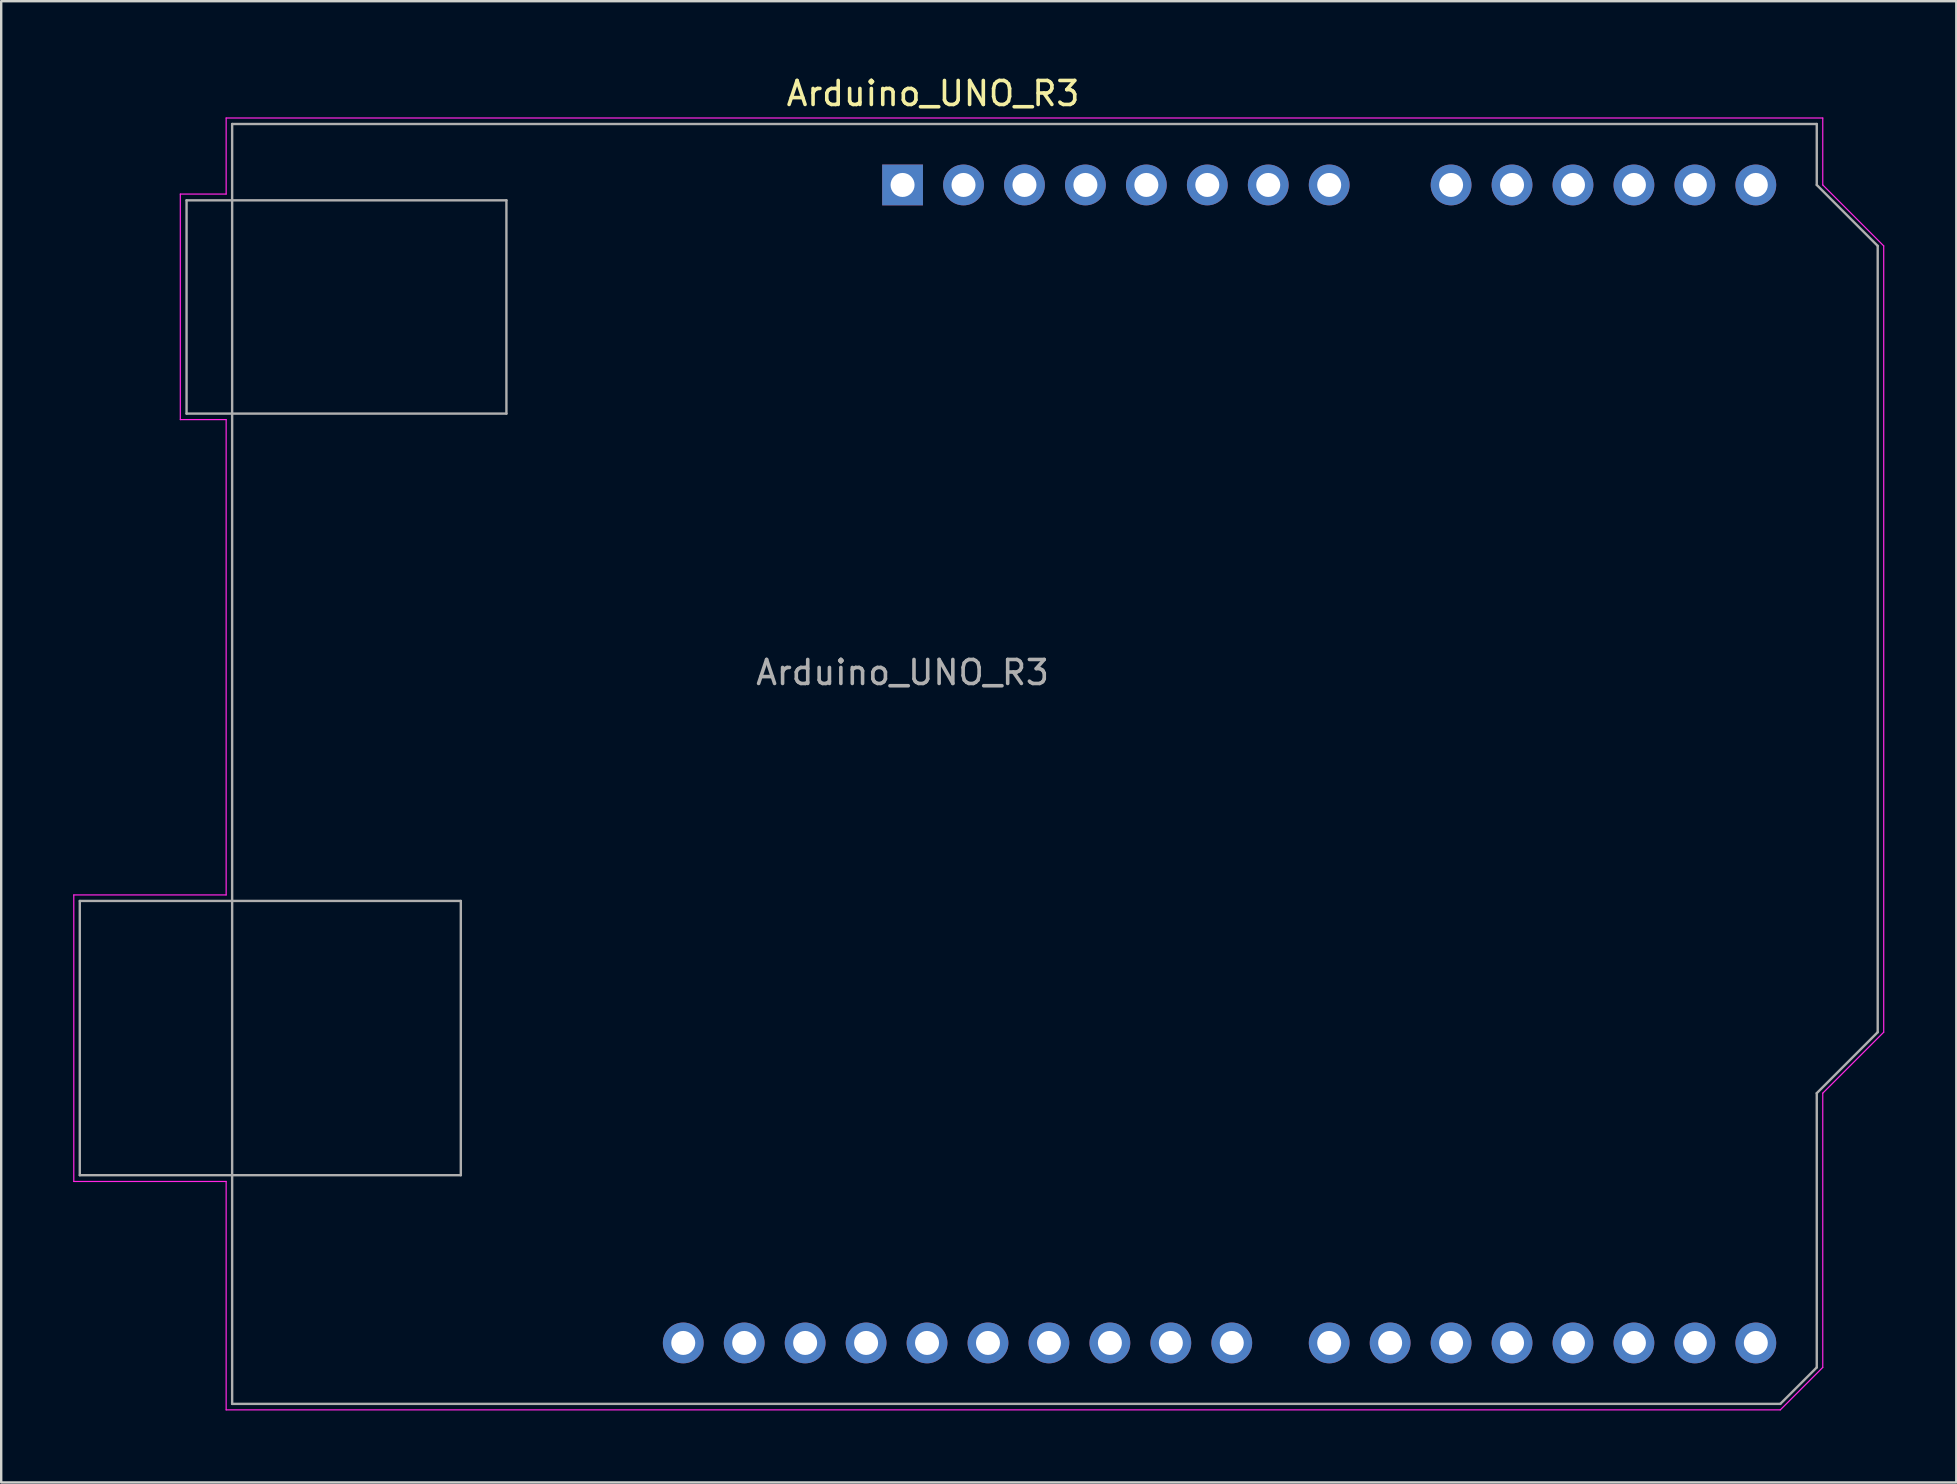
<source format=kicad_pcb>
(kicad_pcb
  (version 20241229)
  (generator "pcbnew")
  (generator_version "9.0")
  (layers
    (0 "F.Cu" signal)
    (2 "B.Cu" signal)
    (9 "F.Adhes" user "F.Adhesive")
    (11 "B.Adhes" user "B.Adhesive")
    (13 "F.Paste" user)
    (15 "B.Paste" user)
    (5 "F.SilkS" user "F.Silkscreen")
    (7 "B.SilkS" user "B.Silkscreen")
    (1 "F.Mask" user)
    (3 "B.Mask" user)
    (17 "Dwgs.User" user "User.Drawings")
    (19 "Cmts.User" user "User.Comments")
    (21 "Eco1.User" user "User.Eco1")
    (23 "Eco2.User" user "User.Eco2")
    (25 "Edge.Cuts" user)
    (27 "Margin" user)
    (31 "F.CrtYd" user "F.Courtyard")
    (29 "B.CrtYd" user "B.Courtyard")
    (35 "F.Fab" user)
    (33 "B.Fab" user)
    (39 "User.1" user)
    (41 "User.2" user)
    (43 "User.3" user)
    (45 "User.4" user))
  (footprint "Arduino_UNO_R3"
    (layer "F.Cu")
    (at 34.565 4.658)
    (property "Reference" "Arduino_UNO_R3" (at 1.27 -3.81 180) (layer "F.SilkS") (effects (font (size 1 1) (thickness 0.15))))
    (attr through_hole)
    (fp_line (start -34.54 29.59) (end -28.19 29.59) (stroke (width 0.05) (type solid)) (layer "F.CrtYd"))
    (fp_line (start -34.54 41.53) (end -34.54 29.59) (stroke (width 0.05) (type solid)) (layer "F.CrtYd"))
    (fp_line (start -30.1 0.38) (end -28.19 0.38) (stroke (width 0.05) (type solid)) (layer "F.CrtYd"))
    (fp_line (start -30.1 9.78) (end -30.1 0.38) (stroke (width 0.05) (type solid)) (layer "F.CrtYd"))
    (fp_line (start -28.19 -2.79) (end 38.35 -2.79) (stroke (width 0.05) (type solid)) (layer "F.CrtYd"))
    (fp_line (start -28.19 0.38) (end -28.19 -2.79) (stroke (width 0.05) (type solid)) (layer "F.CrtYd"))
    (fp_line (start -28.19 9.78) (end -30.1 9.78) (stroke (width 0.05) (type solid)) (layer "F.CrtYd"))
    (fp_line (start -28.19 29.59) (end -28.19 9.78) (stroke (width 0.05) (type solid)) (layer "F.CrtYd"))
    (fp_line (start -28.19 41.53) (end -34.54 41.53) (stroke (width 0.05) (type solid)) (layer "F.CrtYd"))
    (fp_line (start -28.19 51.05) (end -28.19 41.53) (stroke (width 0.05) (type solid)) (layer "F.CrtYd"))
    (fp_line (start 36.58 51.05) (end -28.19 51.05) (stroke (width 0.05) (type solid)) (layer "F.CrtYd"))
    (fp_line (start 38.35 -2.79) (end 38.35 0) (stroke (width 0.05) (type solid)) (layer "F.CrtYd"))
    (fp_line (start 38.35 0) (end 40.89 2.54) (stroke (width 0.05) (type solid)) (layer "F.CrtYd"))
    (fp_line (start 38.35 37.85) (end 38.35 49.28) (stroke (width 0.05) (type solid)) (layer "F.CrtYd"))
    (fp_line (start 38.35 49.28) (end 36.58 51.05) (stroke (width 0.05) (type solid)) (layer "F.CrtYd"))
    (fp_line (start 40.89 2.54) (end 40.89 35.31) (stroke (width 0.05) (type solid)) (layer "F.CrtYd"))
    (fp_line (start 40.89 35.31) (end 38.35 37.85) (stroke (width 0.05) (type solid)) (layer "F.CrtYd"))
    (fp_line (start -34.29 29.84) (end -18.41 29.84) (stroke (width 0.1) (type solid)) (layer "F.Fab"))
    (fp_line (start -34.29 41.27) (end -34.29 29.84) (stroke (width 0.1) (type solid)) (layer "F.Fab"))
    (fp_line (start -29.84 0.64) (end -16.51 0.64) (stroke (width 0.1) (type solid)) (layer "F.Fab"))
    (fp_line (start -29.84 9.53) (end -29.84 0.64) (stroke (width 0.1) (type solid)) (layer "F.Fab"))
    (fp_line (start -27.94 -2.54) (end 38.1 -2.54) (stroke (width 0.1) (type solid)) (layer "F.Fab"))
    (fp_line (start -27.94 50.8) (end -27.94 -2.54) (stroke (width 0.1) (type solid)) (layer "F.Fab"))
    (fp_line (start -18.41 29.84) (end -18.41 41.27) (stroke (width 0.1) (type solid)) (layer "F.Fab"))
    (fp_line (start -18.41 41.27) (end -34.29 41.27) (stroke (width 0.1) (type solid)) (layer "F.Fab"))
    (fp_line (start -16.51 0.64) (end -16.51 9.53) (stroke (width 0.1) (type solid)) (layer "F.Fab"))
    (fp_line (start -16.51 9.53) (end -29.84 9.53) (stroke (width 0.1) (type solid)) (layer "F.Fab"))
    (fp_line (start 36.58 50.8) (end -27.94 50.8) (stroke (width 0.1) (type solid)) (layer "F.Fab"))
    (fp_line (start 38.1 -2.54) (end 38.1 0) (stroke (width 0.1) (type solid)) (layer "F.Fab"))
    (fp_line (start 38.1 0) (end 40.64 2.54) (stroke (width 0.1) (type solid)) (layer "F.Fab"))
    (fp_line (start 38.1 37.85) (end 38.1 49.28) (stroke (width 0.1) (type solid)) (layer "F.Fab"))
    (fp_line (start 38.1 49.28) (end 36.58 50.8) (stroke (width 0.1) (type solid)) (layer "F.Fab"))
    (fp_line (start 40.64 2.54) (end 40.64 35.31) (stroke (width 0.1) (type solid)) (layer "F.Fab"))
    (fp_line (start 40.64 35.31) (end 38.1 37.85) (stroke (width 0.1) (type solid)) (layer "F.Fab"))
    (fp_text user "${REFERENCE}" (at 0 20.32 180) (layer "F.Fab") (effects (font (size 1 1) (thickness 0.15))))
    (pad "1" thru_hole rect (at 0 0 90) (size 1.7 1.7) (drill 1) (layers "*.Cu" "*.Mask"))
    (pad "2" thru_hole oval (at 2.54 0 90) (size 1.7 1.7) (drill 1) (layers "*.Cu" "*.Mask"))
    (pad "3" thru_hole oval (at 5.08 0 90) (size 1.7 1.7) (drill 1) (layers "*.Cu" "*.Mask"))
    (pad "4" thru_hole oval (at 7.62 0 90) (size 1.7 1.7) (drill 1) (layers "*.Cu" "*.Mask"))
    (pad "5" thru_hole oval (at 10.16 0 90) (size 1.7 1.7) (drill 1) (layers "*.Cu" "*.Mask"))
    (pad "6" thru_hole oval (at 12.7 0 90) (size 1.7 1.7) (drill 1) (layers "*.Cu" "*.Mask"))
    (pad "7" thru_hole oval (at 15.24 0 90) (size 1.7 1.7) (drill 1) (layers "*.Cu" "*.Mask"))
    (pad "8" thru_hole oval (at 17.78 0 90) (size 1.7 1.7) (drill 1) (layers "*.Cu" "*.Mask"))
    (pad "9" thru_hole oval (at 22.86 0 90) (size 1.7 1.7) (drill 1) (layers "*.Cu" "*.Mask"))
    (pad "10" thru_hole oval (at 25.4 0 90) (size 1.7 1.7) (drill 1) (layers "*.Cu" "*.Mask"))
    (pad "11" thru_hole oval (at 27.94 0 90) (size 1.7 1.7) (drill 1) (layers "*.Cu" "*.Mask"))
    (pad "12" thru_hole oval (at 30.48 0 90) (size 1.7 1.7) (drill 1) (layers "*.Cu" "*.Mask"))
    (pad "13" thru_hole oval (at 33.02 0 90) (size 1.7 1.7) (drill 1) (layers "*.Cu" "*.Mask"))
    (pad "14" thru_hole oval (at 35.56 0 90) (size 1.7 1.7) (drill 1) (layers "*.Cu" "*.Mask"))
    (pad "15" thru_hole oval (at 35.56 48.26 90) (size 1.7 1.7) (drill 1) (layers "*.Cu" "*.Mask"))
    (pad "16" thru_hole oval (at 33.02 48.26 90) (size 1.7 1.7) (drill 1) (layers "*.Cu" "*.Mask"))
    (pad "17" thru_hole oval (at 30.48 48.26 180) (size 1.7 1.7) (drill 1) (layers "*.Cu" "*.Mask"))
    (pad "18" thru_hole oval (at 27.94 48.26 90) (size 1.7 1.7) (drill 1) (layers "*.Cu" "*.Mask"))
    (pad "19" thru_hole oval (at 25.4 48.26 180) (size 1.7 1.7) (drill 1) (layers "*.Cu" "*.Mask"))
    (pad "20" thru_hole oval (at 22.86 48.26 90) (size 1.7 1.7) (drill 1) (layers "*.Cu" "*.Mask"))
    (pad "21" thru_hole oval (at 20.32 48.26 90) (size 1.7 1.7) (drill 1) (layers "*.Cu" "*.Mask"))
    (pad "22" thru_hole oval (at 17.78 48.26 90) (size 1.7 1.7) (drill 1) (layers "*.Cu" "*.Mask"))
    (pad "23" thru_hole oval (at 13.72 48.26 90) (size 1.7 1.7) (drill 1) (layers "*.Cu" "*.Mask"))
    (pad "24" thru_hole oval (at 11.18 48.26 90) (size 1.7 1.7) (drill 1) (layers "*.Cu" "*.Mask"))
    (pad "25" thru_hole oval (at 8.64 48.26 90) (size 1.7 1.7) (drill 1) (layers "*.Cu" "*.Mask"))
    (pad "26" thru_hole oval (at 6.1 48.26 90) (size 1.7 1.7) (drill 1) (layers "*.Cu" "*.Mask"))
    (pad "27" thru_hole oval (at 3.56 48.26 90) (size 1.7 1.7) (drill 1) (layers "*.Cu" "*.Mask"))
    (pad "28" thru_hole oval (at 1.02 48.26 90) (size 1.7 1.7) (drill 1) (layers "*.Cu" "*.Mask"))
    (pad "29" thru_hole oval (at -1.52 48.26 90) (size 1.7 1.7) (drill 1) (layers "*.Cu" "*.Mask"))
    (pad "30" thru_hole oval (at -4.06 48.26 90) (size 1.7 1.7) (drill 1) (layers "*.Cu" "*.Mask"))
    (pad "31" thru_hole oval (at -6.6 48.26 90) (size 1.7 1.7) (drill 1) (layers "*.Cu" "*.Mask"))
    (pad "32" thru_hole oval (at -9.14 48.26 90) (size 1.7 1.7) (drill 1) (layers "*.Cu" "*.Mask")))
  (gr_rect
    (start -3 -3)
    (end 78.48 58.733)
    (stroke (width 0.1) (type default))
    (fill no)
    (layer "Edge.Cuts")))
</source>
